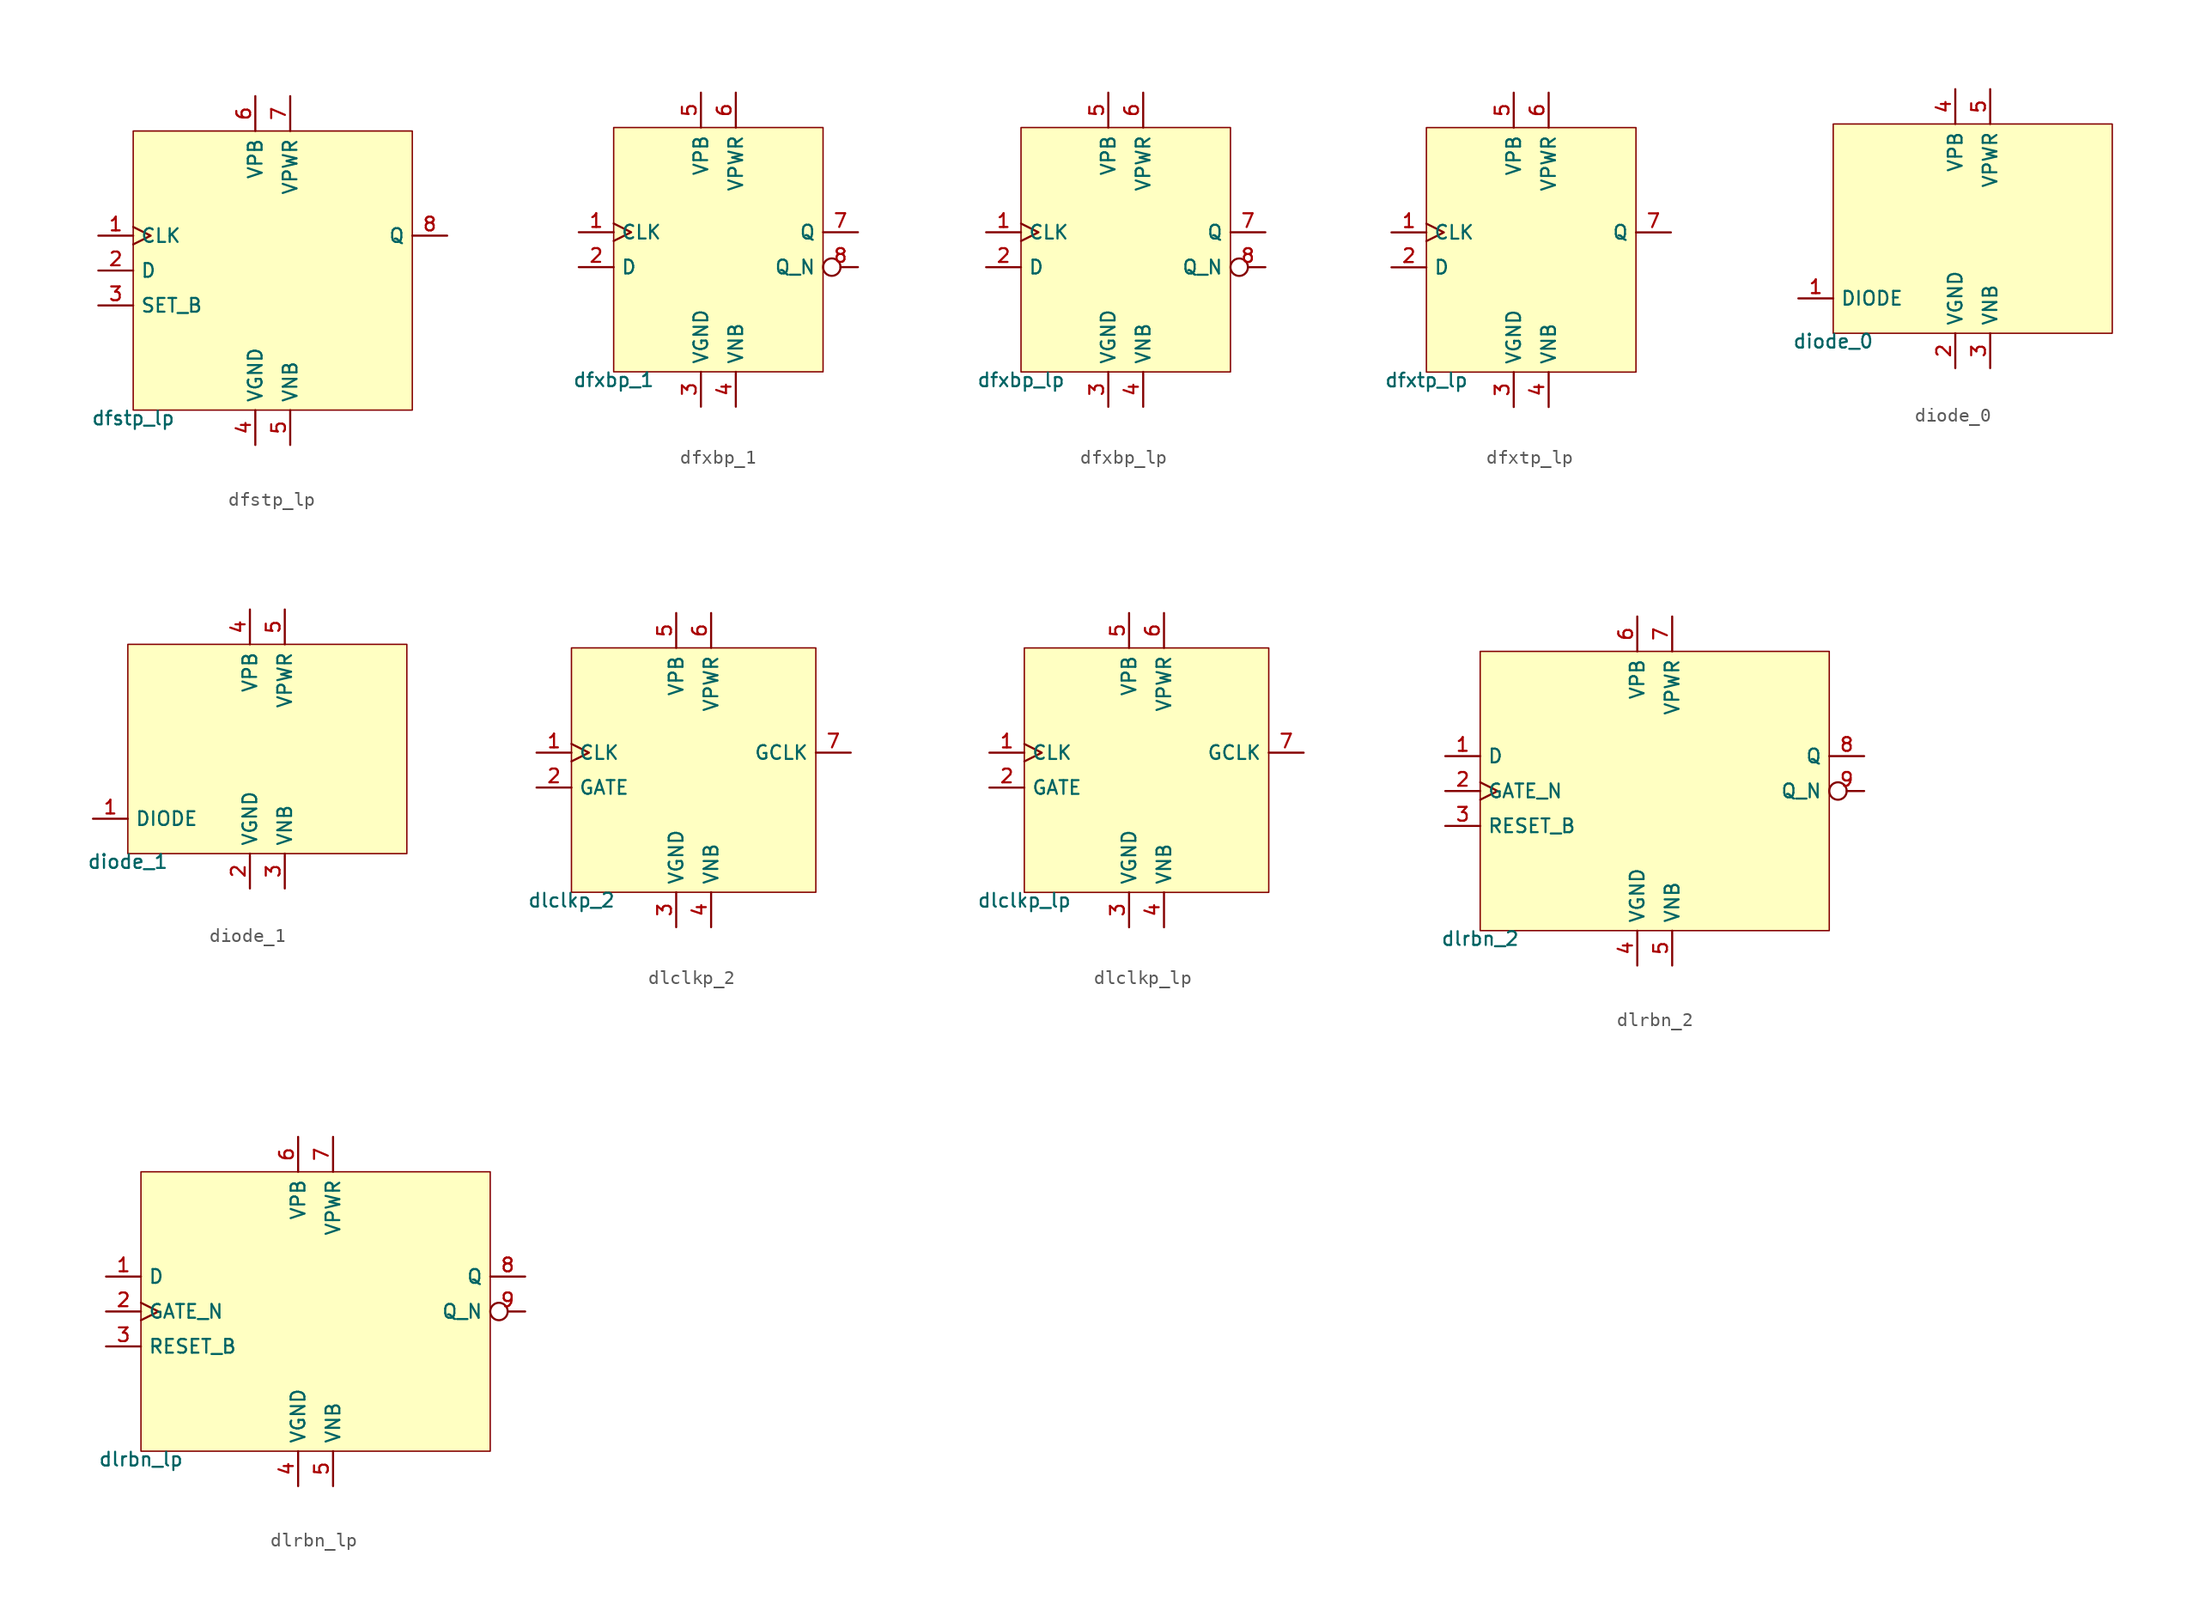
<source format=kicad_sym>
(kicad_symbol_lib
  (version 20211014)
  (generator pdk2kicad)
  (symbol "dfstp_lp"
    (property "Reference" "X"
      (at 0 0 0)
      (effects (font (size 1 1)) hide))
    (property "Value" "dfstp_lp"
      (at -10.16 -10.16 0)
      (effects (font (size 1 1)) (justify top)))
    (rectangle
      (start -10.16 -10.16)
      (end 10.16 10.16)
      (stroke (width 0.1) (type solid) (color 0 0 0 0))
      (fill (type background)))
    (pin input clock
      (at -12.7 2.54 0)
      (length 2.54)
      (name "CLK" (effects (font (size 1 1)) hide))
      (number "1" (effects (font (size 1 1)) hide)))
    (pin input line
      (at -12.7 0.0 0)
      (length 2.54)
      (name "D" (effects (font (size 1 1)) hide))
      (number "2" (effects (font (size 1 1)) hide)))
    (pin input line
      (at -12.7 -2.54 0)
      (length 2.54)
      (name "SET_B" (effects (font (size 1 1)) hide))
      (number "3" (effects (font (size 1 1)) hide)))
    (pin power_in line
      (at -1.27 -12.7 90)
      (length 2.54)
      (name "VGND" (effects (font (size 1 1)) hide))
      (number "4" (effects (font (size 1 1)) hide)))
    (pin power_in line
      (at 1.27 -12.7 90)
      (length 2.54)
      (name "VNB" (effects (font (size 1 1)) hide))
      (number "5" (effects (font (size 1 1)) hide)))
    (pin power_in line
      (at -1.27 12.7 270)
      (length 2.54)
      (name "VPB" (effects (font (size 1 1)) hide))
      (number "6" (effects (font (size 1 1)) hide)))
    (pin power_in line
      (at 1.27 12.7 270)
      (length 2.54)
      (name "VPWR" (effects (font (size 1 1)) hide))
      (number "7" (effects (font (size 1 1)) hide)))
    (pin output line
      (at 12.7 2.54 180)
      (length 2.54)
      (name "Q" (effects (font (size 1 1)) hide))
      (number "8" (effects (font (size 1 1)) hide))))
  (symbol "dfxbp_1"
    (property "Reference" "X"
      (at 0 0 0)
      (effects (font (size 1 1)) hide))
    (property "Value" "dfxbp_1"
      (at -7.62 -8.89 0)
      (effects (font (size 1 1)) (justify top)))
    (rectangle
      (start -7.62 -8.89)
      (end 7.62 8.89)
      (stroke (width 0.1) (type solid) (color 0 0 0 0))
      (fill (type background)))
    (pin input clock
      (at -10.16 1.27 0)
      (length 2.54)
      (name "CLK" (effects (font (size 1 1)) hide))
      (number "1" (effects (font (size 1 1)) hide)))
    (pin input line
      (at -10.16 -1.27 0)
      (length 2.54)
      (name "D" (effects (font (size 1 1)) hide))
      (number "2" (effects (font (size 1 1)) hide)))
    (pin power_in line
      (at -1.27 -11.43 90)
      (length 2.54)
      (name "VGND" (effects (font (size 1 1)) hide))
      (number "3" (effects (font (size 1 1)) hide)))
    (pin power_in line
      (at 1.27 -11.43 90)
      (length 2.54)
      (name "VNB" (effects (font (size 1 1)) hide))
      (number "4" (effects (font (size 1 1)) hide)))
    (pin power_in line
      (at -1.27 11.43 270)
      (length 2.54)
      (name "VPB" (effects (font (size 1 1)) hide))
      (number "5" (effects (font (size 1 1)) hide)))
    (pin power_in line
      (at 1.27 11.43 270)
      (length 2.54)
      (name "VPWR" (effects (font (size 1 1)) hide))
      (number "6" (effects (font (size 1 1)) hide)))
    (pin output line
      (at 10.16 1.27 180)
      (length 2.54)
      (name "Q" (effects (font (size 1 1)) hide))
      (number "7" (effects (font (size 1 1)) hide)))
    (pin output inverted
      (at 10.16 -1.27 180)
      (length 2.54)
      (name "Q_N" (effects (font (size 1 1)) hide))
      (number "8" (effects (font (size 1 1)) hide))))
  (symbol "dfxbp_lp"
    (property "Reference" "X"
      (at 0 0 0)
      (effects (font (size 1 1)) hide))
    (property "Value" "dfxbp_lp"
      (at -7.62 -8.89 0)
      (effects (font (size 1 1)) (justify top)))
    (rectangle
      (start -7.62 -8.89)
      (end 7.62 8.89)
      (stroke (width 0.1) (type solid) (color 0 0 0 0))
      (fill (type background)))
    (pin input clock
      (at -10.16 1.27 0)
      (length 2.54)
      (name "CLK" (effects (font (size 1 1)) hide))
      (number "1" (effects (font (size 1 1)) hide)))
    (pin input line
      (at -10.16 -1.27 0)
      (length 2.54)
      (name "D" (effects (font (size 1 1)) hide))
      (number "2" (effects (font (size 1 1)) hide)))
    (pin power_in line
      (at -1.27 -11.43 90)
      (length 2.54)
      (name "VGND" (effects (font (size 1 1)) hide))
      (number "3" (effects (font (size 1 1)) hide)))
    (pin power_in line
      (at 1.27 -11.43 90)
      (length 2.54)
      (name "VNB" (effects (font (size 1 1)) hide))
      (number "4" (effects (font (size 1 1)) hide)))
    (pin power_in line
      (at -1.27 11.43 270)
      (length 2.54)
      (name "VPB" (effects (font (size 1 1)) hide))
      (number "5" (effects (font (size 1 1)) hide)))
    (pin power_in line
      (at 1.27 11.43 270)
      (length 2.54)
      (name "VPWR" (effects (font (size 1 1)) hide))
      (number "6" (effects (font (size 1 1)) hide)))
    (pin output line
      (at 10.16 1.27 180)
      (length 2.54)
      (name "Q" (effects (font (size 1 1)) hide))
      (number "7" (effects (font (size 1 1)) hide)))
    (pin output inverted
      (at 10.16 -1.27 180)
      (length 2.54)
      (name "Q_N" (effects (font (size 1 1)) hide))
      (number "8" (effects (font (size 1 1)) hide))))
  (symbol "dfxtp_lp"
    (property "Reference" "X"
      (at 0 0 0)
      (effects (font (size 1 1)) hide))
    (property "Value" "dfxtp_lp"
      (at -7.62 -8.89 0)
      (effects (font (size 1 1)) (justify top)))
    (rectangle
      (start -7.62 -8.89)
      (end 7.62 8.89)
      (stroke (width 0.1) (type solid) (color 0 0 0 0))
      (fill (type background)))
    (pin input clock
      (at -10.16 1.27 0)
      (length 2.54)
      (name "CLK" (effects (font (size 1 1)) hide))
      (number "1" (effects (font (size 1 1)) hide)))
    (pin input line
      (at -10.16 -1.27 0)
      (length 2.54)
      (name "D" (effects (font (size 1 1)) hide))
      (number "2" (effects (font (size 1 1)) hide)))
    (pin power_in line
      (at -1.27 -11.43 90)
      (length 2.54)
      (name "VGND" (effects (font (size 1 1)) hide))
      (number "3" (effects (font (size 1 1)) hide)))
    (pin power_in line
      (at 1.27 -11.43 90)
      (length 2.54)
      (name "VNB" (effects (font (size 1 1)) hide))
      (number "4" (effects (font (size 1 1)) hide)))
    (pin power_in line
      (at -1.27 11.43 270)
      (length 2.54)
      (name "VPB" (effects (font (size 1 1)) hide))
      (number "5" (effects (font (size 1 1)) hide)))
    (pin power_in line
      (at 1.27 11.43 270)
      (length 2.54)
      (name "VPWR" (effects (font (size 1 1)) hide))
      (number "6" (effects (font (size 1 1)) hide)))
    (pin output line
      (at 10.16 1.27 180)
      (length 2.54)
      (name "Q" (effects (font (size 1 1)) hide))
      (number "7" (effects (font (size 1 1)) hide))))
  (symbol "diode_0"
    (property "Reference" "X"
      (at 0 0 0)
      (effects (font (size 1 1)) hide))
    (property "Value" "diode_0"
      (at -10.16 -7.62 0)
      (effects (font (size 1 1)) (justify top)))
    (rectangle
      (start -10.16 -7.62)
      (end 10.16 7.62)
      (stroke (width 0.1) (type solid) (color 0 0 0 0))
      (fill (type background)))
    (pin bidirectional line
      (at -12.7 -5.08 0)
      (length 2.54)
      (name "DIODE" (effects (font (size 1 1)) hide))
      (number "1" (effects (font (size 1 1)) hide)))
    (pin power_in line
      (at -1.27 -10.16 90)
      (length 2.54)
      (name "VGND" (effects (font (size 1 1)) hide))
      (number "2" (effects (font (size 1 1)) hide)))
    (pin power_in line
      (at 1.27 -10.16 90)
      (length 2.54)
      (name "VNB" (effects (font (size 1 1)) hide))
      (number "3" (effects (font (size 1 1)) hide)))
    (pin power_in line
      (at -1.27 10.16 270)
      (length 2.54)
      (name "VPB" (effects (font (size 1 1)) hide))
      (number "4" (effects (font (size 1 1)) hide)))
    (pin power_in line
      (at 1.27 10.16 270)
      (length 2.54)
      (name "VPWR" (effects (font (size 1 1)) hide))
      (number "5" (effects (font (size 1 1)) hide))))
  (symbol "diode_1"
    (property "Reference" "X"
      (at 0 0 0)
      (effects (font (size 1 1)) hide))
    (property "Value" "diode_1"
      (at -10.16 -7.62 0)
      (effects (font (size 1 1)) (justify top)))
    (rectangle
      (start -10.16 -7.62)
      (end 10.16 7.62)
      (stroke (width 0.1) (type solid) (color 0 0 0 0))
      (fill (type background)))
    (pin bidirectional line
      (at -12.7 -5.08 0)
      (length 2.54)
      (name "DIODE" (effects (font (size 1 1)) hide))
      (number "1" (effects (font (size 1 1)) hide)))
    (pin power_in line
      (at -1.27 -10.16 90)
      (length 2.54)
      (name "VGND" (effects (font (size 1 1)) hide))
      (number "2" (effects (font (size 1 1)) hide)))
    (pin power_in line
      (at 1.27 -10.16 90)
      (length 2.54)
      (name "VNB" (effects (font (size 1 1)) hide))
      (number "3" (effects (font (size 1 1)) hide)))
    (pin power_in line
      (at -1.27 10.16 270)
      (length 2.54)
      (name "VPB" (effects (font (size 1 1)) hide))
      (number "4" (effects (font (size 1 1)) hide)))
    (pin power_in line
      (at 1.27 10.16 270)
      (length 2.54)
      (name "VPWR" (effects (font (size 1 1)) hide))
      (number "5" (effects (font (size 1 1)) hide))))
  (symbol "dlclkp_2"
    (property "Reference" "X"
      (at 0 0 0)
      (effects (font (size 1 1)) hide))
    (property "Value" "dlclkp_2"
      (at -8.89 -8.89 0)
      (effects (font (size 1 1)) (justify top)))
    (rectangle
      (start -8.89 -8.89)
      (end 8.89 8.89)
      (stroke (width 0.1) (type solid) (color 0 0 0 0))
      (fill (type background)))
    (pin input clock
      (at -11.43 1.27 0)
      (length 2.54)
      (name "CLK" (effects (font (size 1 1)) hide))
      (number "1" (effects (font (size 1 1)) hide)))
    (pin input line
      (at -11.43 -1.27 0)
      (length 2.54)
      (name "GATE" (effects (font (size 1 1)) hide))
      (number "2" (effects (font (size 1 1)) hide)))
    (pin power_in line
      (at -1.27 -11.43 90)
      (length 2.54)
      (name "VGND" (effects (font (size 1 1)) hide))
      (number "3" (effects (font (size 1 1)) hide)))
    (pin power_in line
      (at 1.27 -11.43 90)
      (length 2.54)
      (name "VNB" (effects (font (size 1 1)) hide))
      (number "4" (effects (font (size 1 1)) hide)))
    (pin power_in line
      (at -1.27 11.43 270)
      (length 2.54)
      (name "VPB" (effects (font (size 1 1)) hide))
      (number "5" (effects (font (size 1 1)) hide)))
    (pin power_in line
      (at 1.27 11.43 270)
      (length 2.54)
      (name "VPWR" (effects (font (size 1 1)) hide))
      (number "6" (effects (font (size 1 1)) hide)))
    (pin output line
      (at 11.43 1.27 180)
      (length 2.54)
      (name "GCLK" (effects (font (size 1 1)) hide))
      (number "7" (effects (font (size 1 1)) hide))))
  (symbol "dlclkp_lp"
    (property "Reference" "X"
      (at 0 0 0)
      (effects (font (size 1 1)) hide))
    (property "Value" "dlclkp_lp"
      (at -8.89 -8.89 0)
      (effects (font (size 1 1)) (justify top)))
    (rectangle
      (start -8.89 -8.89)
      (end 8.89 8.89)
      (stroke (width 0.1) (type solid) (color 0 0 0 0))
      (fill (type background)))
    (pin input clock
      (at -11.43 1.27 0)
      (length 2.54)
      (name "CLK" (effects (font (size 1 1)) hide))
      (number "1" (effects (font (size 1 1)) hide)))
    (pin input line
      (at -11.43 -1.27 0)
      (length 2.54)
      (name "GATE" (effects (font (size 1 1)) hide))
      (number "2" (effects (font (size 1 1)) hide)))
    (pin power_in line
      (at -1.27 -11.43 90)
      (length 2.54)
      (name "VGND" (effects (font (size 1 1)) hide))
      (number "3" (effects (font (size 1 1)) hide)))
    (pin power_in line
      (at 1.27 -11.43 90)
      (length 2.54)
      (name "VNB" (effects (font (size 1 1)) hide))
      (number "4" (effects (font (size 1 1)) hide)))
    (pin power_in line
      (at -1.27 11.43 270)
      (length 2.54)
      (name "VPB" (effects (font (size 1 1)) hide))
      (number "5" (effects (font (size 1 1)) hide)))
    (pin power_in line
      (at 1.27 11.43 270)
      (length 2.54)
      (name "VPWR" (effects (font (size 1 1)) hide))
      (number "6" (effects (font (size 1 1)) hide)))
    (pin output line
      (at 11.43 1.27 180)
      (length 2.54)
      (name "GCLK" (effects (font (size 1 1)) hide))
      (number "7" (effects (font (size 1 1)) hide))))
  (symbol "dlrbn_2"
    (property "Reference" "X"
      (at 0 0 0)
      (effects (font (size 1 1)) hide))
    (property "Value" "dlrbn_2"
      (at -12.7 -10.16 0)
      (effects (font (size 1 1)) (justify top)))
    (rectangle
      (start -12.7 -10.16)
      (end 12.7 10.16)
      (stroke (width 0.1) (type solid) (color 0 0 0 0))
      (fill (type background)))
    (pin input line
      (at -15.24 2.54 0)
      (length 2.54)
      (name "D" (effects (font (size 1 1)) hide))
      (number "1" (effects (font (size 1 1)) hide)))
    (pin input clock
      (at -15.24 0.0 0)
      (length 2.54)
      (name "GATE_N" (effects (font (size 1 1)) hide))
      (number "2" (effects (font (size 1 1)) hide)))
    (pin input line
      (at -15.24 -2.54 0)
      (length 2.54)
      (name "RESET_B" (effects (font (size 1 1)) hide))
      (number "3" (effects (font (size 1 1)) hide)))
    (pin power_in line
      (at -1.27 -12.7 90)
      (length 2.54)
      (name "VGND" (effects (font (size 1 1)) hide))
      (number "4" (effects (font (size 1 1)) hide)))
    (pin power_in line
      (at 1.27 -12.7 90)
      (length 2.54)
      (name "VNB" (effects (font (size 1 1)) hide))
      (number "5" (effects (font (size 1 1)) hide)))
    (pin power_in line
      (at -1.27 12.7 270)
      (length 2.54)
      (name "VPB" (effects (font (size 1 1)) hide))
      (number "6" (effects (font (size 1 1)) hide)))
    (pin power_in line
      (at 1.27 12.7 270)
      (length 2.54)
      (name "VPWR" (effects (font (size 1 1)) hide))
      (number "7" (effects (font (size 1 1)) hide)))
    (pin output line
      (at 15.24 2.54 180)
      (length 2.54)
      (name "Q" (effects (font (size 1 1)) hide))
      (number "8" (effects (font (size 1 1)) hide)))
    (pin output inverted
      (at 15.24 0.0 180)
      (length 2.54)
      (name "Q_N" (effects (font (size 1 1)) hide))
      (number "9" (effects (font (size 1 1)) hide))))
  (symbol "dlrbn_lp"
    (property "Reference" "X"
      (at 0 0 0)
      (effects (font (size 1 1)) hide))
    (property "Value" "dlrbn_lp"
      (at -12.7 -10.16 0)
      (effects (font (size 1 1)) (justify top)))
    (rectangle
      (start -12.7 -10.16)
      (end 12.7 10.16)
      (stroke (width 0.1) (type solid) (color 0 0 0 0))
      (fill (type background)))
    (pin input line
      (at -15.24 2.54 0)
      (length 2.54)
      (name "D" (effects (font (size 1 1)) hide))
      (number "1" (effects (font (size 1 1)) hide)))
    (pin input clock
      (at -15.24 0.0 0)
      (length 2.54)
      (name "GATE_N" (effects (font (size 1 1)) hide))
      (number "2" (effects (font (size 1 1)) hide)))
    (pin input line
      (at -15.24 -2.54 0)
      (length 2.54)
      (name "RESET_B" (effects (font (size 1 1)) hide))
      (number "3" (effects (font (size 1 1)) hide)))
    (pin power_in line
      (at -1.27 -12.7 90)
      (length 2.54)
      (name "VGND" (effects (font (size 1 1)) hide))
      (number "4" (effects (font (size 1 1)) hide)))
    (pin power_in line
      (at 1.27 -12.7 90)
      (length 2.54)
      (name "VNB" (effects (font (size 1 1)) hide))
      (number "5" (effects (font (size 1 1)) hide)))
    (pin power_in line
      (at -1.27 12.7 270)
      (length 2.54)
      (name "VPB" (effects (font (size 1 1)) hide))
      (number "6" (effects (font (size 1 1)) hide)))
    (pin power_in line
      (at 1.27 12.7 270)
      (length 2.54)
      (name "VPWR" (effects (font (size 1 1)) hide))
      (number "7" (effects (font (size 1 1)) hide)))
    (pin output line
      (at 15.24 2.54 180)
      (length 2.54)
      (name "Q" (effects (font (size 1 1)) hide))
      (number "8" (effects (font (size 1 1)) hide)))
    (pin output inverted
      (at 15.24 0.0 180)
      (length 2.54)
      (name "Q_N" (effects (font (size 1 1)) hide))
      (number "9" (effects (font (size 1 1)) hide)))))
</source>
